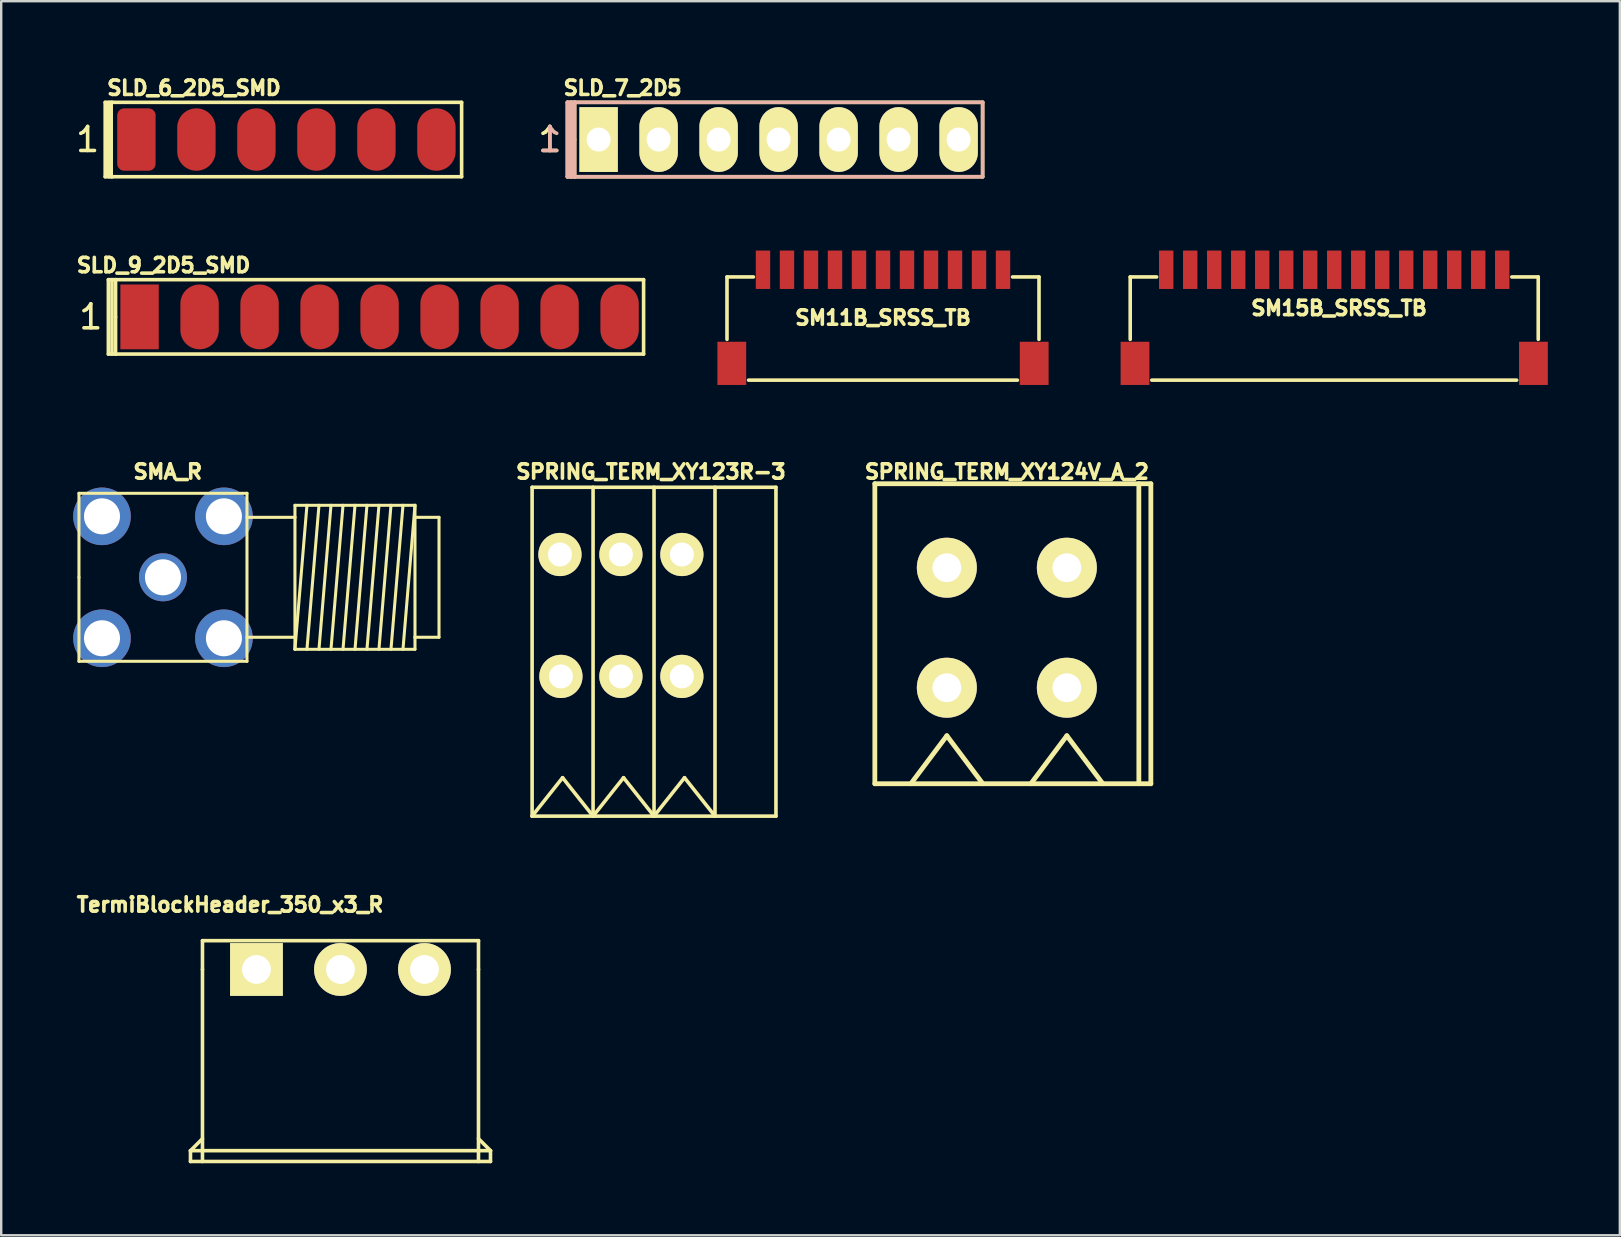
<source format=kicad_pcb>
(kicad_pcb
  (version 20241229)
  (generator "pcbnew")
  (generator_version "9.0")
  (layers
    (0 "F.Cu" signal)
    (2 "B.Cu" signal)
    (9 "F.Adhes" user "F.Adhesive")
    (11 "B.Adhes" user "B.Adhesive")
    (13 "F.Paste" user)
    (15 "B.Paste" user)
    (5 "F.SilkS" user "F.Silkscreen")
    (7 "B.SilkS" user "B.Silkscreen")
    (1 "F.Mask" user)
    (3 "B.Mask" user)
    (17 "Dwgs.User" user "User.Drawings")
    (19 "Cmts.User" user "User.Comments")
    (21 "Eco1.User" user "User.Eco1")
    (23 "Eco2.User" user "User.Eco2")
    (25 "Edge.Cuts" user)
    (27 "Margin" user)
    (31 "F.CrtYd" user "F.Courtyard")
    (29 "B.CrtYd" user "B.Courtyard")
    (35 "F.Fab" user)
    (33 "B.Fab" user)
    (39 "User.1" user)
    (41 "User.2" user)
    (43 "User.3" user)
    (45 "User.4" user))
  (footprint "SLD_9_2D5_SMD"
    (layer "F.Cu")
    (at 12.765 10.153)
    (property "Reference" "SLD_9_2D5_SMD" (at -9 -2.15 0) (layer "F.SilkS") (effects (font (size 0.6 0.6) (thickness 0.15))))
    (attr through_hole)
    (fp_line (start -11.3 -1.55) (end -11.3 1.55) (stroke (width 0.15) (type solid)) (layer "F.SilkS"))
    (fp_line (start -11.3 1.55) (end -11 1.55) (stroke (width 0.15) (type solid)) (layer "F.SilkS"))
    (fp_line (start -11.15 1.55) (end -11.15 -1.55) (stroke (width 0.15) (type solid)) (layer "F.SilkS"))
    (fp_line (start -11 -1.55) (end -11.3 -1.55) (stroke (width 0.15) (type solid)) (layer "F.SilkS"))
    (fp_line (start -11 -1.55) (end 11 -1.55) (stroke (width 0.15) (type solid)) (layer "F.SilkS"))
    (fp_line (start -11 0) (end -11 -1.55) (stroke (width 0.15) (type solid)) (layer "F.SilkS"))
    (fp_line (start -11 1.55) (end -11 0) (stroke (width 0.15) (type solid)) (layer "F.SilkS"))
    (fp_line (start 11 -1.55) (end 11 1.55) (stroke (width 0.15) (type solid)) (layer "F.SilkS"))
    (fp_line (start 11 1.55) (end -11 1.55) (stroke (width 0.15) (type solid)) (layer "F.SilkS"))
    (fp_text user "1" (at -12.032 0 0) (layer "F.SilkS") (effects (font (size 1 1) (thickness 0.15))))
    (pad "1" smd rect (at -10 0) (size 1.6 2.7) (layers "F.Cu" "F.Mask" "F.Paste"))
    (pad "2" smd oval (at -7.5 0) (size 1.6 2.7) (layers "F.Cu" "F.Mask" "F.Paste"))
    (pad "3" smd oval (at -5 0) (size 1.6 2.7) (layers "F.Cu" "F.Mask" "F.Paste"))
    (pad "4" smd oval (at -2.5 0) (size 1.6 2.7) (layers "F.Cu" "F.Mask" "F.Paste"))
    (pad "5" smd oval (at 0 0) (size 1.6 2.7) (layers "F.Cu" "F.Mask" "F.Paste"))
    (pad "6" smd oval (at 2.5 0) (size 1.6 2.7) (layers "F.Cu" "F.Mask" "F.Paste"))
    (pad "7" smd oval (at 5 0) (size 1.6 2.7) (layers "F.Cu" "F.Mask" "F.Paste"))
    (pad "8" smd oval (at 7.5 0) (size 1.6 2.7) (layers "F.Cu" "F.Mask" "F.Paste"))
    (pad "9" smd oval (at 10 0) (size 1.6 2.7) (layers "F.Cu" "F.Mask" "F.Paste")))
  (footprint "SMA_R"
    (layer "F.Cu")
    (at 3.74 21.003)
    (property "Reference" "SMA_R" (at 0.2 -4.4 0) (layer "F.SilkS") (effects (font (size 0.6 0.6) (thickness 0.15))))
    (attr through_hole)
    (fp_line (start -3.5 -3.5) (end 3.5 -3.5) (stroke (width 0.127) (type solid)) (layer "F.SilkS"))
    (fp_line (start -3.5 0) (end -3.5 -3.5) (stroke (width 0.127) (type solid)) (layer "F.SilkS"))
    (fp_line (start -3.5 3.5) (end -3.5 0) (stroke (width 0.127) (type solid)) (layer "F.SilkS"))
    (fp_line (start 3.5 -3.5) (end 3.5 3.5) (stroke (width 0.127) (type solid)) (layer "F.SilkS"))
    (fp_line (start 3.5 -2.499) (end 5.499 -2.499) (stroke (width 0.127) (type solid)) (layer "F.SilkS"))
    (fp_line (start 3.5 3.5) (end -3.5 3.5) (stroke (width 0.127) (type solid)) (layer "F.SilkS"))
    (fp_line (start 5.499 -3) (end 10.5 -3) (stroke (width 0.127) (type solid)) (layer "F.SilkS"))
    (fp_line (start 5.499 -2.499) (end 5.499 -3) (stroke (width 0.127) (type solid)) (layer "F.SilkS"))
    (fp_line (start 5.499 -2.499) (end 5.499 2.499) (stroke (width 0.127) (type solid)) (layer "F.SilkS"))
    (fp_line (start 5.499 2.499) (end 3.5 2.499) (stroke (width 0.127) (type solid)) (layer "F.SilkS"))
    (fp_line (start 5.499 3) (end 5.499 2.499) (stroke (width 0.127) (type solid)) (layer "F.SilkS"))
    (fp_line (start 5.499 3) (end 5.999 -3) (stroke (width 0.127) (type solid)) (layer "F.SilkS"))
    (fp_line (start 6.5 -3) (end 5.999 3) (stroke (width 0.127) (type solid)) (layer "F.SilkS"))
    (fp_line (start 6.5 3) (end 7 -3) (stroke (width 0.127) (type solid)) (layer "F.SilkS"))
    (fp_line (start 7.501 -3) (end 7 3) (stroke (width 0.127) (type solid)) (layer "F.SilkS"))
    (fp_line (start 7.501 3) (end 8.001 -3) (stroke (width 0.127) (type solid)) (layer "F.SilkS"))
    (fp_line (start 8.499 -3) (end 8.001 3) (stroke (width 0.127) (type solid)) (layer "F.SilkS"))
    (fp_line (start 8.499 3) (end 8.999 -3) (stroke (width 0.127) (type solid)) (layer "F.SilkS"))
    (fp_line (start 9.5 -3) (end 8.999 3) (stroke (width 0.127) (type solid)) (layer "F.SilkS"))
    (fp_line (start 9.5 3) (end 10 -3) (stroke (width 0.127) (type solid)) (layer "F.SilkS"))
    (fp_line (start 10.5 -3) (end 10 3) (stroke (width 0.127) (type solid)) (layer "F.SilkS"))
    (fp_line (start 10.5 -3) (end 10.5 -2.499) (stroke (width 0.127) (type solid)) (layer "F.SilkS"))
    (fp_line (start 10.5 -2.499) (end 10.5 2.499) (stroke (width 0.127) (type solid)) (layer "F.SilkS"))
    (fp_line (start 10.5 -2.499) (end 11.501 -2.499) (stroke (width 0.127) (type solid)) (layer "F.SilkS"))
    (fp_line (start 10.5 2.499) (end 10.5 3) (stroke (width 0.127) (type solid)) (layer "F.SilkS"))
    (fp_line (start 10.5 3) (end 5.499 3) (stroke (width 0.127) (type solid)) (layer "F.SilkS"))
    (fp_line (start 11.501 -2.499) (end 11.501 2.499) (stroke (width 0.127) (type solid)) (layer "F.SilkS"))
    (fp_line (start 11.501 2.499) (end 10.5 2.499) (stroke (width 0.127) (type solid)) (layer "F.SilkS"))
    (pad "GND" thru_hole circle (at -2.54 -2.54) (size 2.4 2.4) (drill 1.501) (layers "*.Cu" "*.Mask"))
    (pad "GND" thru_hole circle (at -2.54 2.54) (size 2.4 2.4) (drill 1.501) (layers "*.Cu" "*.Mask"))
    (pad "GND" thru_hole circle (at 2.54 -2.54) (size 2.4 2.4) (drill 1.501) (layers "*.Cu" "*.Mask"))
    (pad "GND" thru_hole circle (at 2.54 2.54) (size 2.4 2.4) (drill 1.501) (layers "*.Cu" "*.Mask"))
    (pad "RF" thru_hole circle (at 0 0) (size 1.999 1.999) (drill 1.501) (layers "*.Cu" "*.Mask")))
  (footprint "SM15B_SRSS_TB"
    (layer "F.Cu")
    (at 52.54 8.989)
    (property "Reference" "SM15B_SRSS_TB" (at 0.2 0.8 0) (layer "F.SilkS") (effects (font (size 0.6 0.6) (thickness 0.15))))
    (attr through_hole)
    (fp_line (start -8.5 -0.5) (end -7.4 -0.5) (stroke (width 0.15) (type solid)) (layer "F.SilkS"))
    (fp_line (start -8.5 2.1) (end -8.5 -0.5) (stroke (width 0.15) (type solid)) (layer "F.SilkS"))
    (fp_line (start 7.6 3.8) (end -7.6 3.8) (stroke (width 0.15) (type solid)) (layer "F.SilkS"))
    (fp_line (start 8.5 -0.5) (end 7.4 -0.5) (stroke (width 0.15) (type solid)) (layer "F.SilkS"))
    (fp_line (start 8.5 2.1) (end 8.5 -0.5) (stroke (width 0.15) (type solid)) (layer "F.SilkS"))
    (pad "1" smd rect (at -7 -0.8) (size 0.6 1.6) (layers "F.Cu" "F.Mask" "F.Paste"))
    (pad "2" smd rect (at -6 -0.8) (size 0.6 1.6) (layers "F.Cu" "F.Mask" "F.Paste"))
    (pad "3" smd rect (at -5 -0.8) (size 0.6 1.6) (layers "F.Cu" "F.Mask" "F.Paste"))
    (pad "4" smd rect (at -4 -0.8) (size 0.6 1.6) (layers "F.Cu" "F.Mask" "F.Paste"))
    (pad "5" smd rect (at -3 -0.8) (size 0.6 1.6) (layers "F.Cu" "F.Mask" "F.Paste"))
    (pad "6" smd rect (at -2 -0.8) (size 0.6 1.6) (layers "F.Cu" "F.Mask" "F.Paste"))
    (pad "7" smd rect (at -1 -0.8) (size 0.6 1.6) (layers "F.Cu" "F.Mask" "F.Paste"))
    (pad "8" smd rect (at 0 -0.8) (size 0.6 1.6) (layers "F.Cu" "F.Mask" "F.Paste"))
    (pad "9" smd rect (at 1 -0.8) (size 0.6 1.6) (layers "F.Cu" "F.Mask" "F.Paste"))
    (pad "10" smd rect (at 2 -0.8) (size 0.6 1.6) (layers "F.Cu" "F.Mask" "F.Paste"))
    (pad "11" smd rect (at 3 -0.8) (size 0.6 1.6) (layers "F.Cu" "F.Mask" "F.Paste"))
    (pad "12" smd rect (at 4 -0.8) (size 0.6 1.6) (layers "F.Cu" "F.Mask" "F.Paste"))
    (pad "13" smd rect (at 5 -0.8) (size 0.6 1.6) (layers "F.Cu" "F.Mask" "F.Paste"))
    (pad "14" smd rect (at 6 -0.8) (size 0.6 1.6) (layers "F.Cu" "F.Mask" "F.Paste"))
    (pad "15" smd rect (at 7 -0.8) (size 0.6 1.6) (layers "F.Cu" "F.Mask" "F.Paste"))
    (pad "H" smd rect (at -8.3 3.1) (size 1.2 1.8) (layers "F.Cu" "F.Mask" "F.Paste"))
    (pad "H" smd rect (at 8.3 3.1) (size 1.2 1.8) (layers "F.Cu" "F.Mask" "F.Paste")))
  (footprint "SM11B_SRSS_TB"
    (layer "F.Cu")
    (at 33.74 8.989)
    (property "Reference" "SM11B_SRSS_TB" (at 0 1.2 0) (layer "F.SilkS") (effects (font (size 0.6 0.6) (thickness 0.15))))
    (attr through_hole)
    (fp_line (start -6.5 -0.5) (end -5.4 -0.5) (stroke (width 0.15) (type solid)) (layer "F.SilkS"))
    (fp_line (start -6.5 2.1) (end -6.5 -0.5) (stroke (width 0.15) (type solid)) (layer "F.SilkS"))
    (fp_line (start 5.6 3.8) (end -5.6 3.8) (stroke (width 0.15) (type solid)) (layer "F.SilkS"))
    (fp_line (start 6.5 -0.5) (end 5.4 -0.5) (stroke (width 0.15) (type solid)) (layer "F.SilkS"))
    (fp_line (start 6.5 2.1) (end 6.5 -0.5) (stroke (width 0.15) (type solid)) (layer "F.SilkS"))
    (pad "1" smd rect (at -5 -0.8) (size 0.6 1.6) (layers "F.Cu" "F.Mask" "F.Paste"))
    (pad "2" smd rect (at -4 -0.8) (size 0.6 1.6) (layers "F.Cu" "F.Mask" "F.Paste"))
    (pad "3" smd rect (at -3 -0.8) (size 0.6 1.6) (layers "F.Cu" "F.Mask" "F.Paste"))
    (pad "4" smd rect (at -2 -0.8) (size 0.6 1.6) (layers "F.Cu" "F.Mask" "F.Paste"))
    (pad "5" smd rect (at -1 -0.8) (size 0.6 1.6) (layers "F.Cu" "F.Mask" "F.Paste"))
    (pad "6" smd rect (at 0 -0.8) (size 0.6 1.6) (layers "F.Cu" "F.Mask" "F.Paste"))
    (pad "7" smd rect (at 1 -0.8) (size 0.6 1.6) (layers "F.Cu" "F.Mask" "F.Paste"))
    (pad "8" smd rect (at 2 -0.8) (size 0.6 1.6) (layers "F.Cu" "F.Mask" "F.Paste"))
    (pad "9" smd rect (at 3 -0.8) (size 0.6 1.6) (layers "F.Cu" "F.Mask" "F.Paste"))
    (pad "10" smd rect (at 4 -0.8) (size 0.6 1.6) (layers "F.Cu" "F.Mask" "F.Paste"))
    (pad "11" smd rect (at 5 -0.8) (size 0.6 1.6) (layers "F.Cu" "F.Mask" "F.Paste"))
    (pad "H" smd rect (at -6.3 3.1) (size 1.2 1.8) (layers "F.Cu" "F.Mask" "F.Paste"))
    (pad "H" smd rect (at 6.3 3.1) (size 1.2 1.8) (layers "F.Cu" "F.Mask" "F.Paste")))
  (footprint "SPRING_TERM_XY123R-3"
    (layer "F.Cu")
    (at 22.82 20.053)
    (property "Reference" "SPRING_TERM_XY123R-3" (at 1.25 -3.45 0) (layer "F.SilkS") (effects (font (size 0.6 0.6) (thickness 0.15))))
    (attr through_hole)
    (fp_line (start -3.7 -2.8) (end -3.7 10.9) (stroke (width 0.15) (type solid)) (layer "F.SilkS"))
    (fp_line (start -3.7 -2.8) (end 6.46 -2.8) (stroke (width 0.15) (type solid)) (layer "F.SilkS"))
    (fp_line (start -3.7 10.9) (end -2.43 9.3) (stroke (width 0.15) (type solid)) (layer "F.SilkS"))
    (fp_line (start -3.7 10.9) (end 6.46 10.9) (stroke (width 0.15) (type solid)) (layer "F.SilkS"))
    (fp_line (start -2.43 9.3) (end -1.16 10.9) (stroke (width 0.15) (type solid)) (layer "F.SilkS"))
    (fp_line (start -1.16 -2.8) (end -1.16 10.9) (stroke (width 0.15) (type solid)) (layer "F.SilkS"))
    (fp_line (start -1.16 10.9) (end 0.11 9.3) (stroke (width 0.15) (type solid)) (layer "F.SilkS"))
    (fp_line (start 0.11 9.3) (end 1.38 10.9) (stroke (width 0.15) (type solid)) (layer "F.SilkS"))
    (fp_line (start 1.38 -2.8) (end 1.38 10.9) (stroke (width 0.15) (type solid)) (layer "F.SilkS"))
    (fp_line (start 1.38 10.9) (end 2.65 9.3) (stroke (width 0.15) (type solid)) (layer "F.SilkS"))
    (fp_line (start 2.65 9.3) (end 3.92 10.9) (stroke (width 0.15) (type solid)) (layer "F.SilkS"))
    (fp_line (start 3.92 -2.8) (end 3.92 10.9) (stroke (width 0.15) (type solid)) (layer "F.SilkS"))
    (fp_line (start 6.46 -2.8) (end 6.46 10.9) (stroke (width 0.15) (type solid)) (layer "F.SilkS"))
    (pad "1" thru_hole circle (at -2.54 0) (size 1.8 1.8) (drill 1) (layers "*.Cu" "*.Mask" "F.SilkS"))
    (pad "1" thru_hole circle (at -2.5 5.08) (size 1.8 1.8) (drill 1) (layers "*.Cu" "*.Mask" "F.SilkS"))
    (pad "2" thru_hole circle (at 0 0) (size 1.8 1.8) (drill 1) (layers "*.Cu" "*.Mask" "F.SilkS"))
    (pad "2" thru_hole circle (at 0 5.08) (size 1.8 1.8) (drill 1) (layers "*.Cu" "*.Mask" "F.SilkS"))
    (pad "3" thru_hole circle (at 2.54 0) (size 1.8 1.8) (drill 1) (layers "*.Cu" "*.Mask" "F.SilkS"))
    (pad "3" thru_hole circle (at 2.54 5.08) (size 1.8 1.8) (drill 1) (layers "*.Cu" "*.Mask" "F.SilkS")))
  (footprint "SPRING_TERM_XY124V_A_2"
    (layer "F.Cu")
    (at 38.9 23.104)
    (property "Reference" "SPRING_TERM_XY124V_A_2" (at 0 -6.5 0) (layer "F.SilkS") (effects (font (size 0.6 0.6) (thickness 0.15))))
    (attr through_hole)
    (fp_line (start -5.5 -6) (end -5.5 6.5) (stroke (width 0.2) (type solid)) (layer "F.SilkS"))
    (fp_line (start -5.5 6.5) (end 6 6.5) (stroke (width 0.2) (type solid)) (layer "F.SilkS"))
    (fp_line (start -4 6.5) (end -2.5 4.5) (stroke (width 0.2) (type solid)) (layer "F.SilkS"))
    (fp_line (start -2.5 4.5) (end -1 6.5) (stroke (width 0.2) (type solid)) (layer "F.SilkS"))
    (fp_line (start 1 6.5) (end 2.5 4.5) (stroke (width 0.2) (type solid)) (layer "F.SilkS"))
    (fp_line (start 2.5 4.5) (end 4 6.5) (stroke (width 0.2) (type solid)) (layer "F.SilkS"))
    (fp_line (start 5.5 -6) (end 5.5 6.5) (stroke (width 0.2) (type solid)) (layer "F.SilkS"))
    (fp_line (start 6 -6) (end -5.5 -6) (stroke (width 0.2) (type solid)) (layer "F.SilkS"))
    (fp_line (start 6 6.5) (end 6 -6) (stroke (width 0.2) (type solid)) (layer "F.SilkS"))
    (pad "1" thru_hole circle (at -2.5 -2.5) (size 2.5 2.5) (drill 1.2) (layers "*.Cu" "*.Mask" "F.SilkS"))
    (pad "1" thru_hole circle (at -2.5 2.5) (size 2.5 2.5) (drill 1.2) (layers "*.Cu" "*.Mask" "F.SilkS"))
    (pad "2" thru_hole circle (at 2.5 -2.5) (size 2.5 2.5) (drill 1.2) (layers "*.Cu" "*.Mask" "F.SilkS"))
    (pad "2" thru_hole circle (at 2.5 2.5) (size 2.5 2.5) (drill 1.2) (layers "*.Cu" "*.Mask" "F.SilkS")))
  (footprint "TermiBlockHeader_350_x3_R"
    (layer "F.Cu")
    (at 11.136 37.343)
    (property "Reference" "TermiBlockHeader_350_x3_R" (at -4.6 -2.7 0) (layer "F.SilkS") (effects (font (size 0.6 0.6) (thickness 0.15))))
    (attr through_hole)
    (fp_line (start -6.25 7.55) (end -5.75 7.05) (stroke (width 0.15) (type solid)) (layer "F.SilkS"))
    (fp_line (start -6.25 7.55) (end 6.25 7.55) (stroke (width 0.15) (type solid)) (layer "F.SilkS"))
    (fp_line (start -6.25 8) (end -6.25 7.55) (stroke (width 0.15) (type solid)) (layer "F.SilkS"))
    (fp_line (start -6.25 8) (end 6.25 8) (stroke (width 0.15) (type solid)) (layer "F.SilkS"))
    (fp_line (start -5.75 -1.2) (end 5.75 -1.2) (stroke (width 0.15) (type solid)) (layer "F.SilkS"))
    (fp_line (start -5.75 0) (end -5.75 -1.2) (stroke (width 0.15) (type solid)) (layer "F.SilkS"))
    (fp_line (start -5.75 0) (end -5.75 8) (stroke (width 0.15) (type solid)) (layer "F.SilkS"))
    (fp_line (start 5.75 -1.2) (end 5.75 0) (stroke (width 0.15) (type solid)) (layer "F.SilkS"))
    (fp_line (start 5.75 8) (end 5.75 0) (stroke (width 0.15) (type solid)) (layer "F.SilkS"))
    (fp_line (start 6.25 7.55) (end 5.75 7.05) (stroke (width 0.15) (type solid)) (layer "F.SilkS"))
    (fp_line (start 6.25 7.55) (end 6.25 8) (stroke (width 0.15) (type solid)) (layer "F.SilkS"))
    (pad "1" thru_hole rect (at -3.5 0) (size 2.2 2.2) (drill 1.2) (layers "*.Cu" "*.Mask" "F.SilkS"))
    (pad "2" thru_hole circle (at 0 0) (size 2.2 2.2) (drill 1.2) (layers "*.Cu" "*.Mask" "F.SilkS"))
    (pad "3" thru_hole circle (at 3.5 0) (size 2.2 2.2) (drill 1.2) (layers "*.Cu" "*.Mask" "F.SilkS")))
  (footprint "SLD_7_2D5"
    (layer "F.Cu")
    (at 29.391 2.764)
    (property "Reference" "SLD_7_2D5" (at -6.5 -2.15 0) (layer "F.SilkS") (effects (font (size 0.6 0.6) (thickness 0.15))))
    (attr through_hole)
    (fp_line (start -8.8 -1.55) (end -8.8 1.55) (stroke (width 0.15) (type solid)) (layer "F.SilkS"))
    (fp_line (start -8.8 1.55) (end -8.5 1.55) (stroke (width 0.15) (type solid)) (layer "F.SilkS"))
    (fp_line (start -8.65 1.55) (end -8.65 -1.55) (stroke (width 0.15) (type solid)) (layer "F.SilkS"))
    (fp_line (start -8.5 -1.55) (end -8.8 -1.55) (stroke (width 0.15) (type solid)) (layer "F.SilkS"))
    (fp_line (start -8.5 -1.55) (end 8.5 -1.55) (stroke (width 0.15) (type solid)) (layer "F.SilkS"))
    (fp_line (start -8.5 0) (end -8.5 -1.55) (stroke (width 0.15) (type solid)) (layer "F.SilkS"))
    (fp_line (start -8.5 1.55) (end -8.5 0) (stroke (width 0.15) (type solid)) (layer "F.SilkS"))
    (fp_line (start 8.5 -1.55) (end 8.5 1.55) (stroke (width 0.15) (type solid)) (layer "F.SilkS"))
    (fp_line (start 8.5 1.55) (end -8.5 1.55) (stroke (width 0.15) (type solid)) (layer "F.SilkS"))
    (fp_line (start -8.8 -1.55) (end -8.65 -1.55) (stroke (width 0.15) (type solid)) (layer "B.SilkS"))
    (fp_line (start -8.8 1.55) (end -8.8 -1.55) (stroke (width 0.15) (type solid)) (layer "B.SilkS"))
    (fp_line (start -8.65 -1.55) (end -8.65 1.55) (stroke (width 0.15) (type solid)) (layer "B.SilkS"))
    (fp_line (start -8.65 1.55) (end -8.8 1.55) (stroke (width 0.15) (type solid)) (layer "B.SilkS"))
    (fp_line (start -8.65 1.55) (end -8.5 1.55) (stroke (width 0.15) (type solid)) (layer "B.SilkS"))
    (fp_line (start -8.5 -1.55) (end -8.65 -1.55) (stroke (width 0.15) (type solid)) (layer "B.SilkS"))
    (fp_line (start -8.5 -1.55) (end 8.5 -1.55) (stroke (width 0.15) (type solid)) (layer "B.SilkS"))
    (fp_line (start -8.5 1.55) (end -8.5 -1.55) (stroke (width 0.15) (type solid)) (layer "B.SilkS"))
    (fp_line (start 8.5 -1.55) (end 8.5 1.55) (stroke (width 0.15) (type solid)) (layer "B.SilkS"))
    (fp_line (start 8.5 1.55) (end -8.5 1.55) (stroke (width 0.15) (type solid)) (layer "B.SilkS"))
    (fp_text user "1" (at -9.532 0 0) (layer "F.SilkS") (effects (font (size 1 1) (thickness 0.15))))
    (fp_text user "1" (at -9.532 0 0) (layer "B.SilkS") (effects (font (size 1 1) (thickness 0.15)) (justify mirror)))
    (pad "1" thru_hole rect (at -7.5 0) (size 1.6 2.7) (drill 1) (layers "*.Cu" "*.Mask" "F.SilkS"))
    (pad "2" thru_hole oval (at -5 0) (size 1.6 2.7) (drill 1) (layers "*.Cu" "*.Mask" "F.SilkS"))
    (pad "3" thru_hole oval (at -2.5 0) (size 1.6 2.7) (drill 1) (layers "*.Cu" "*.Mask" "F.SilkS"))
    (pad "4" thru_hole oval (at 0 0) (size 1.6 2.7) (drill 1) (layers "*.Cu" "*.Mask" "F.SilkS"))
    (pad "5" thru_hole oval (at 2.5 0) (size 1.6 2.7) (drill 1) (layers "*.Cu" "*.Mask" "F.SilkS"))
    (pad "6" thru_hole oval (at 5 0) (size 1.6 2.7) (drill 1) (layers "*.Cu" "*.Mask" "F.SilkS"))
    (pad "7" thru_hole oval (at 7.5 0) (size 1.6 2.7) (drill 1) (layers "*.Cu" "*.Mask" "F.SilkS")))
  (footprint "SLD_6_2D5_SMD"
    (layer "F.Cu")
    (at 8.883 2.764)
    (property "Reference" "SLD_6_2D5_SMD" (at -3.85 -2.15 0) (layer "F.SilkS") (effects (font (size 0.6 0.6) (thickness 0.15))))
    (attr through_hole exclude_from_bom)
    (fp_line (start -7.55 -1.55) (end -7.55 1.55) (stroke (width 0.15) (type solid)) (layer "F.SilkS"))
    (fp_line (start -7.55 1.55) (end -7.25 1.55) (stroke (width 0.15) (type solid)) (layer "F.SilkS"))
    (fp_line (start -7.4 1.55) (end -7.4 -1.55) (stroke (width 0.15) (type solid)) (layer "F.SilkS"))
    (fp_line (start -7.3 1.55) (end -7.3 -1.55) (stroke (width 0.15) (type solid)) (layer "F.SilkS"))
    (fp_line (start -7.25 -1.55) (end -7.55 -1.55) (stroke (width 0.15) (type solid)) (layer "F.SilkS"))
    (fp_line (start -7.25 -1.55) (end 7.3 -1.55) (stroke (width 0.15) (type solid)) (layer "F.SilkS"))
    (fp_line (start 7.3 -1.55) (end 7.3 1.55) (stroke (width 0.15) (type solid)) (layer "F.SilkS"))
    (fp_line (start 7.3 1.55) (end -7.25 1.55) (stroke (width 0.15) (type solid)) (layer "F.SilkS"))
    (fp_text user "1" (at -8.282 0 0) (layer "F.SilkS") (effects (font (size 1 1) (thickness 0.15))))
    (pad "1" smd roundrect (at -6.25 0) (size 1.6 2.6) (layers "F.Cu" "F.Mask") (roundrect_rratio 0.18))
    (pad "2" smd oval (at -3.75 0) (size 1.6 2.6) (layers "F.Cu" "F.Mask"))
    (pad "3" smd oval (at -1.25 0) (size 1.6 2.6) (layers "F.Cu" "F.Mask"))
    (pad "4" smd oval (at 1.25 0) (size 1.6 2.6) (layers "F.Cu" "F.Mask"))
    (pad "5" smd oval (at 3.75 0) (size 1.6 2.6) (layers "F.Cu" "F.Mask"))
    (pad "6" smd oval (at 6.25 0) (size 1.6 2.6) (layers "F.Cu" "F.Mask")))
  (gr_rect
    (start -3 -3)
    (end 64.44 48.418)
    (stroke (width 0.1) (type default))
    (fill no)
    (layer "Edge.Cuts")))
</source>
